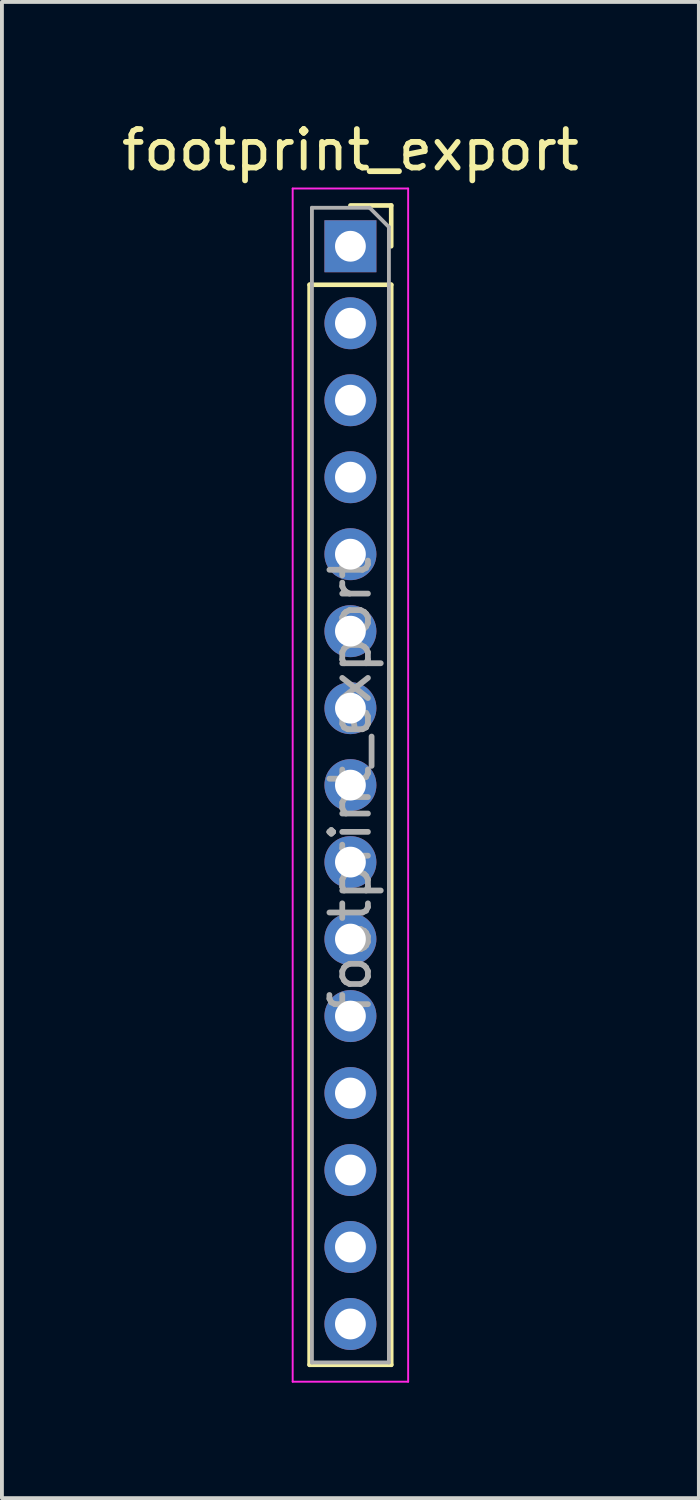
<source format=kicad_pcb>
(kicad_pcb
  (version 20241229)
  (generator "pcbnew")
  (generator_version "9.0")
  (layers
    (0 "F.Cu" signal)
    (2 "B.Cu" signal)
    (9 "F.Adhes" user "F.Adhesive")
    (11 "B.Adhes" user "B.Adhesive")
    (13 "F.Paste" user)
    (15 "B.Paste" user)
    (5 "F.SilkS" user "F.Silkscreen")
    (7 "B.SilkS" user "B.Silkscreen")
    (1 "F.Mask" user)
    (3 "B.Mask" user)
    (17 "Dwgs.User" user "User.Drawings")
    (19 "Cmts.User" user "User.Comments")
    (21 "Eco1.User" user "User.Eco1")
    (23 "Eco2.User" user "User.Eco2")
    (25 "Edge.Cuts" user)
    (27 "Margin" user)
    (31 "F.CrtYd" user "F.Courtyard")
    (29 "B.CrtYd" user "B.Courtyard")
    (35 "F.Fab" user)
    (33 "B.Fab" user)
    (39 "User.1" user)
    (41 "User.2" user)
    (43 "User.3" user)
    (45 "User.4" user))
  (footprint "footprint_export"
    (layer "F.Cu")
    (at 6.054 3.348)
    (property "Reference" "footprint_export" (at 0 -2.5 0) (layer "F.SilkS") (effects (font (size 1 1) (thickness 0.15))))
    (attr through_hole)
    (fp_line (start -1.06 1) (end -1.06 29.06) (stroke (width 0.12) (type solid)) (layer "F.SilkS"))
    (fp_line (start -1.06 1) (end 1.06 1) (stroke (width 0.12) (type solid)) (layer "F.SilkS"))
    (fp_line (start -1.06 29.06) (end 1.06 29.06) (stroke (width 0.12) (type solid)) (layer "F.SilkS"))
    (fp_line (start 0 -1.06) (end 1.06 -1.06) (stroke (width 0.12) (type solid)) (layer "F.SilkS"))
    (fp_line (start 1.06 -1.06) (end 1.06 0) (stroke (width 0.12) (type solid)) (layer "F.SilkS"))
    (fp_line (start 1.06 1) (end 1.06 29.06) (stroke (width 0.12) (type solid)) (layer "F.SilkS"))
    (fp_line (start -1.5 -1.5) (end 1.5 -1.5) (stroke (width 0.05) (type solid)) (layer "F.CrtYd"))
    (fp_line (start -1.5 29.5) (end -1.5 -1.5) (stroke (width 0.05) (type solid)) (layer "F.CrtYd"))
    (fp_line (start 1.5 -1.5) (end 1.5 29.5) (stroke (width 0.05) (type solid)) (layer "F.CrtYd"))
    (fp_line (start 1.5 29.5) (end -1.5 29.5) (stroke (width 0.05) (type solid)) (layer "F.CrtYd"))
    (fp_line (start -1 -1) (end 0.5 -1) (stroke (width 0.1) (type solid)) (layer "F.Fab"))
    (fp_line (start -1 29) (end -1 -1) (stroke (width 0.1) (type solid)) (layer "F.Fab"))
    (fp_line (start 0.5 -1) (end 1 -0.5) (stroke (width 0.1) (type solid)) (layer "F.Fab"))
    (fp_line (start 1 -0.5) (end 1 29) (stroke (width 0.1) (type solid)) (layer "F.Fab"))
    (fp_line (start 1 29) (end -1 29) (stroke (width 0.1) (type solid)) (layer "F.Fab"))
    (fp_text user "${REFERENCE}" (at 0 14 90) (layer "F.Fab") (effects (font (size 1 1) (thickness 0.15))))
    (pad "1" thru_hole rect (at 0 0) (size 1.35 1.35) (drill 0.8) (layers "*.Cu" "*.Mask"))
    (pad "2" thru_hole oval (at 0 2) (size 1.35 1.35) (drill 0.8) (layers "*.Cu" "*.Mask"))
    (pad "3" thru_hole oval (at 0 4) (size 1.35 1.35) (drill 0.8) (layers "*.Cu" "*.Mask"))
    (pad "4" thru_hole oval (at 0 6) (size 1.35 1.35) (drill 0.8) (layers "*.Cu" "*.Mask"))
    (pad "5" thru_hole oval (at 0 8) (size 1.35 1.35) (drill 0.8) (layers "*.Cu" "*.Mask"))
    (pad "6" thru_hole oval (at 0 10) (size 1.35 1.35) (drill 0.8) (layers "*.Cu" "*.Mask"))
    (pad "7" thru_hole oval (at 0 12) (size 1.35 1.35) (drill 0.8) (layers "*.Cu" "*.Mask"))
    (pad "8" thru_hole oval (at 0 14) (size 1.35 1.35) (drill 0.8) (layers "*.Cu" "*.Mask"))
    (pad "9" thru_hole oval (at 0 16) (size 1.35 1.35) (drill 0.8) (layers "*.Cu" "*.Mask"))
    (pad "10" thru_hole oval (at 0 18) (size 1.35 1.35) (drill 0.8) (layers "*.Cu" "*.Mask"))
    (pad "11" thru_hole oval (at 0 20) (size 1.35 1.35) (drill 0.8) (layers "*.Cu" "*.Mask"))
    (pad "12" thru_hole oval (at 0 22) (size 1.35 1.35) (drill 0.8) (layers "*.Cu" "*.Mask"))
    (pad "13" thru_hole oval (at 0 24) (size 1.35 1.35) (drill 0.8) (layers "*.Cu" "*.Mask"))
    (pad "14" thru_hole oval (at 0 26) (size 1.35 1.35) (drill 0.8) (layers "*.Cu" "*.Mask"))
    (pad "15" thru_hole oval (at 0 28) (size 1.35 1.35) (drill 0.8) (layers "*.Cu" "*.Mask")))
  (gr_rect
    (start -3 -3)
    (end 15.107 35.873)
    (stroke (width 0.1) (type default))
    (fill no)
    (layer "Edge.Cuts")))
</source>
